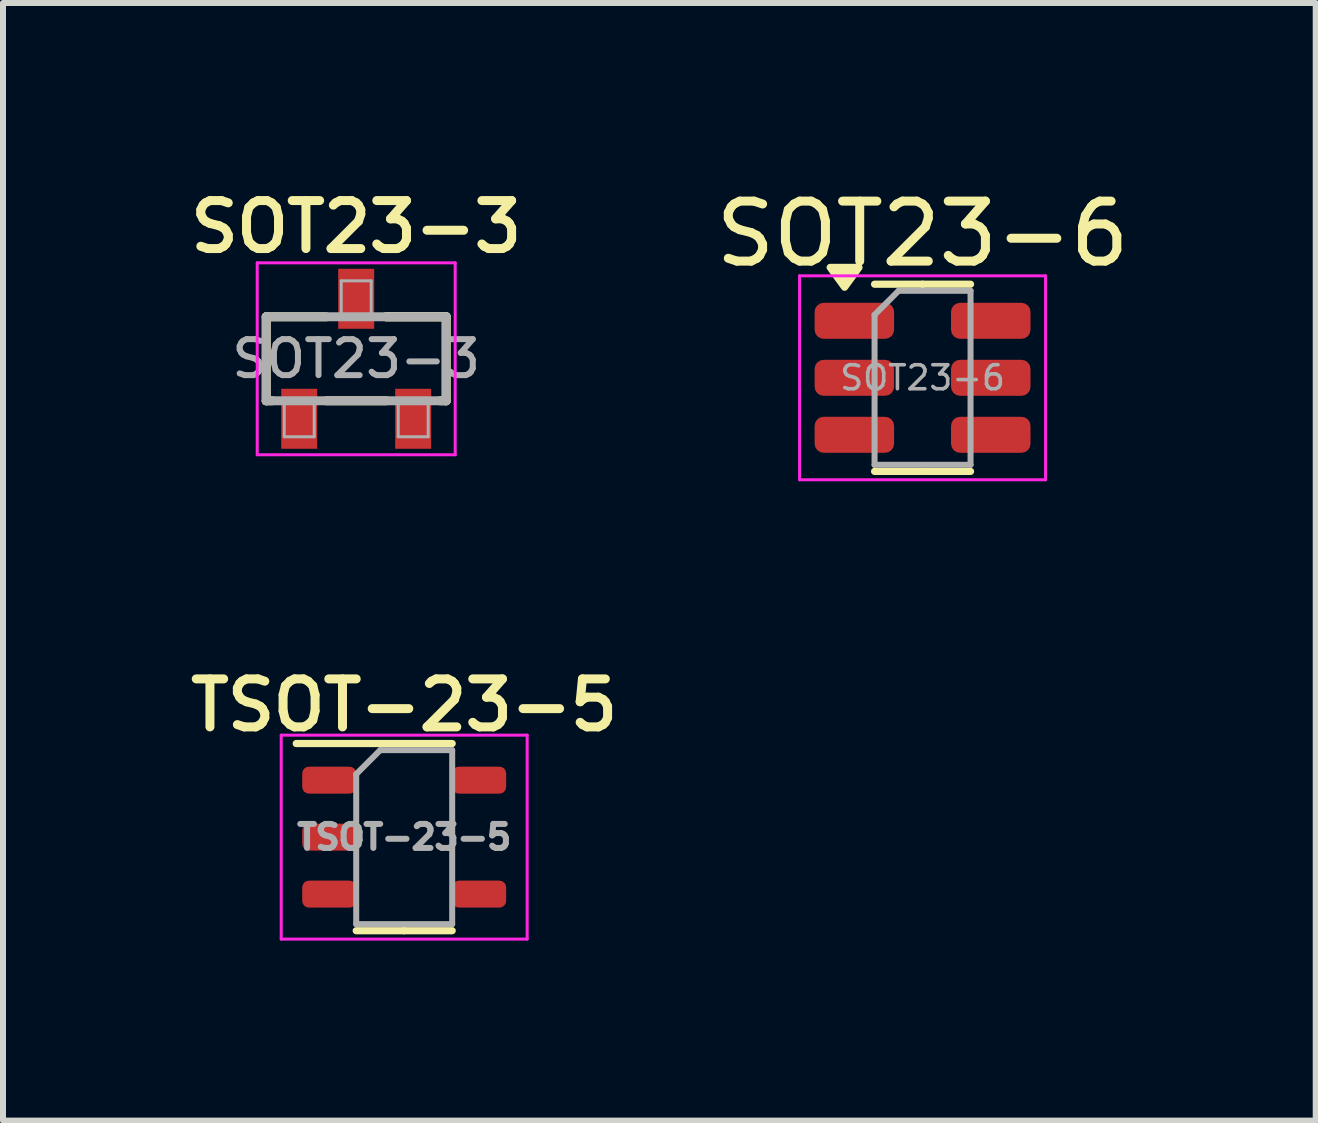
<source format=kicad_pcb>
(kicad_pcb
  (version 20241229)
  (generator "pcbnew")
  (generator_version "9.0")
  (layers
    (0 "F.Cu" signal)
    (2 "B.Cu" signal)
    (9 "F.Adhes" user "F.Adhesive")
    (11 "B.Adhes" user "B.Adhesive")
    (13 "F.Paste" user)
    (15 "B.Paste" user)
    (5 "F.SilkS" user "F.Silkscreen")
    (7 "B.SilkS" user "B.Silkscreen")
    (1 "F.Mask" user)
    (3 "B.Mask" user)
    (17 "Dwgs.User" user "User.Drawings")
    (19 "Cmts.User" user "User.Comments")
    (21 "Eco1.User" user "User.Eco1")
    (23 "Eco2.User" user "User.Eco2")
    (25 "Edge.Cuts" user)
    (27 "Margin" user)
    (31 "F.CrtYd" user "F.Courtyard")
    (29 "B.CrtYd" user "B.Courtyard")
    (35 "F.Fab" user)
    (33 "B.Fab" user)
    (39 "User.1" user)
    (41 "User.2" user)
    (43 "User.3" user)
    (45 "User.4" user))
  (footprint "TSOT-23-5"
    (layer "F.Cu")
    (at 3.688 10.905)
    (property "Reference" "TSOT-23-5" (at 0 -2.2 0) (layer "F.SilkS") (effects (font (size 0.8 0.8) (thickness 0.15) (bold yes))))
    (attr smd)
    (fp_line (start 0 -1.56) (end -1.8 -1.56) (stroke (width 0.12) (type solid)) (layer "F.SilkS"))
    (fp_line (start 0 -1.56) (end 0.8 -1.56) (stroke (width 0.12) (type solid)) (layer "F.SilkS"))
    (fp_line (start 0 1.56) (end -0.8 1.56) (stroke (width 0.12) (type solid)) (layer "F.SilkS"))
    (fp_line (start 0 1.56) (end 0.8 1.56) (stroke (width 0.12) (type solid)) (layer "F.SilkS"))
    (fp_line (start -2.05 -1.7) (end -2.05 1.7) (stroke (width 0.05) (type solid)) (layer "F.CrtYd"))
    (fp_line (start -2.05 1.7) (end 2.05 1.7) (stroke (width 0.05) (type solid)) (layer "F.CrtYd"))
    (fp_line (start 2.05 -1.7) (end -2.05 -1.7) (stroke (width 0.05) (type solid)) (layer "F.CrtYd"))
    (fp_line (start 2.05 1.7) (end 2.05 -1.7) (stroke (width 0.05) (type solid)) (layer "F.CrtYd"))
    (fp_line (start -0.8 -1.05) (end -0.4 -1.45) (stroke (width 0.1) (type solid)) (layer "F.Fab"))
    (fp_line (start -0.8 1.45) (end -0.8 -1.05) (stroke (width 0.1) (type solid)) (layer "F.Fab"))
    (fp_line (start -0.4 -1.45) (end 0.8 -1.45) (stroke (width 0.1) (type solid)) (layer "F.Fab"))
    (fp_line (start 0.8 -1.45) (end 0.8 1.45) (stroke (width 0.1) (type solid)) (layer "F.Fab"))
    (fp_line (start 0.8 1.45) (end -0.8 1.45) (stroke (width 0.1) (type solid)) (layer "F.Fab"))
    (fp_text user "${REFERENCE}" (at 0 0 0) (layer "F.Fab") (effects (font (size 0.4 0.4) (thickness 0.1) (bold yes))))
    (pad "1" smd roundrect (at -1.25 -0.95) (size 0.9 0.45) (layers "F.Cu" "F.Mask" "F.Paste") (roundrect_rratio 0.25))
    (pad "2" smd roundrect (at -1.25 0) (size 0.9 0.45) (layers "F.Cu" "F.Mask" "F.Paste") (roundrect_rratio 0.25))
    (pad "3" smd roundrect (at -1.25 0.95) (size 0.9 0.45) (layers "F.Cu" "F.Mask" "F.Paste") (roundrect_rratio 0.25))
    (pad "4" smd roundrect (at 1.25 0.95) (size 0.9 0.45) (layers "F.Cu" "F.Mask" "F.Paste") (roundrect_rratio 0.25))
    (pad "5" smd roundrect (at 1.25 -0.95) (size 0.9 0.45) (layers "F.Cu" "F.Mask" "F.Paste") (roundrect_rratio 0.25)))
  (footprint "SOT23-6"
    (layer "F.Cu")
    (at 12.329 3.248)
    (property "Reference" "SOT23-6" (at 0 -2.4 0) (layer "F.SilkS") (effects (font (size 1 1) (thickness 0.15))))
    (attr smd)
    (fp_line (start 0 -1.56) (end -0.8 -1.56) (stroke (width 0.12) (type solid)) (layer "F.SilkS"))
    (fp_line (start 0 -1.56) (end 0.8 -1.56) (stroke (width 0.12) (type solid)) (layer "F.SilkS"))
    (fp_line (start 0 1.56) (end -0.8 1.56) (stroke (width 0.12) (type solid)) (layer "F.SilkS"))
    (fp_line (start 0 1.56) (end 0.8 1.56) (stroke (width 0.12) (type solid)) (layer "F.SilkS"))
    (fp_poly (pts (xy -1.3 -1.51) (xy -1.54 -1.84) (xy -1.06 -1.84) (xy -1.3 -1.51)) (stroke (width 0.12) (type solid)) (fill yes) (layer "F.SilkS"))
    (fp_line (start -2.05 -1.7) (end -2.05 1.7) (stroke (width 0.05) (type solid)) (layer "F.CrtYd"))
    (fp_line (start -2.05 1.7) (end 2.05 1.7) (stroke (width 0.05) (type solid)) (layer "F.CrtYd"))
    (fp_line (start 2.05 -1.7) (end -2.05 -1.7) (stroke (width 0.05) (type solid)) (layer "F.CrtYd"))
    (fp_line (start 2.05 1.7) (end 2.05 -1.7) (stroke (width 0.05) (type solid)) (layer "F.CrtYd"))
    (fp_line (start -0.8 -1.05) (end -0.4 -1.45) (stroke (width 0.1) (type solid)) (layer "F.Fab"))
    (fp_line (start -0.8 1.45) (end -0.8 -1.05) (stroke (width 0.1) (type solid)) (layer "F.Fab"))
    (fp_line (start -0.4 -1.45) (end 0.8 -1.45) (stroke (width 0.1) (type solid)) (layer "F.Fab"))
    (fp_line (start 0.8 -1.45) (end 0.8 1.45) (stroke (width 0.1) (type solid)) (layer "F.Fab"))
    (fp_line (start 0.8 1.45) (end -0.8 1.45) (stroke (width 0.1) (type solid)) (layer "F.Fab"))
    (fp_text user "${REFERENCE}" (at 0 0 0) (layer "F.Fab") (effects (font (size 0.4 0.4) (thickness 0.06))))
    (pad "1" smd roundrect (at -1.137 -0.95) (size 1.325 0.6) (layers "F.Cu" "F.Mask" "F.Paste") (roundrect_rratio 0.25))
    (pad "2" smd roundrect (at -1.137 0) (size 1.325 0.6) (layers "F.Cu" "F.Mask" "F.Paste") (roundrect_rratio 0.25))
    (pad "3" smd roundrect (at -1.137 0.95) (size 1.325 0.6) (layers "F.Cu" "F.Mask" "F.Paste") (roundrect_rratio 0.25))
    (pad "4" smd roundrect (at 1.137 0.95) (size 1.325 0.6) (layers "F.Cu" "F.Mask" "F.Paste") (roundrect_rratio 0.25))
    (pad "5" smd roundrect (at 1.137 0) (size 1.325 0.6) (layers "F.Cu" "F.Mask" "F.Paste") (roundrect_rratio 0.25))
    (pad "6" smd roundrect (at 1.137 -0.95) (size 1.325 0.6) (layers "F.Cu" "F.Mask" "F.Paste") (roundrect_rratio 0.25)))
  (footprint "SOT23-3"
    (layer "F.Cu")
    (at 2.888 2.931)
    (property "Reference" "SOT23-3" (at 0 -2.2 0) (layer "F.SilkS") (effects (font (size 0.8 0.8) (thickness 0.15))))
    (attr smd)
    (fp_line (start -1.5 -0.7) (end -1.5 0.7) (stroke (width 0.15) (type solid)) (layer "F.SilkS"))
    (fp_line (start -1.5 -0.7) (end -0.5 -0.7) (stroke (width 0.15) (type solid)) (layer "F.SilkS"))
    (fp_line (start -1.5 0.7) (end -1.4 0.7) (stroke (width 0.15) (type solid)) (layer "F.SilkS"))
    (fp_line (start -0.5 0.7) (end 0.5 0.7) (stroke (width 0.15) (type solid)) (layer "F.SilkS"))
    (fp_line (start 0.5 -0.7) (end 1.5 -0.7) (stroke (width 0.15) (type solid)) (layer "F.SilkS"))
    (fp_line (start 0.5 -0.7) (end 1.5 -0.7) (stroke (width 0.15) (type solid)) (layer "F.SilkS"))
    (fp_line (start 1.5 -0.7) (end 1.5 0.7) (stroke (width 0.15) (type solid)) (layer "F.SilkS"))
    (fp_line (start 1.5 0.7) (end 1.4 0.7) (stroke (width 0.15) (type solid)) (layer "F.SilkS"))
    (fp_line (start -1.65 -1.6) (end 1.65 -1.6) (stroke (width 0.05) (type solid)) (layer "F.CrtYd"))
    (fp_line (start -1.65 1.6) (end -1.65 -1.6) (stroke (width 0.05) (type solid)) (layer "F.CrtYd"))
    (fp_line (start 1.65 -1.6) (end 1.65 1.6) (stroke (width 0.05) (type solid)) (layer "F.CrtYd"))
    (fp_line (start 1.65 1.6) (end -1.65 1.6) (stroke (width 0.05) (type solid)) (layer "F.CrtYd"))
    (fp_line (start -1.5 -0.7) (end 1.5 -0.7) (stroke (width 0.15) (type solid)) (layer "F.Fab"))
    (fp_line (start -1.5 0.7) (end -1.5 -0.7) (stroke (width 0.15) (type solid)) (layer "F.Fab"))
    (fp_line (start -1.2 0.7) (end -1.2 1.3) (stroke (width 0.05) (type solid)) (layer "F.Fab"))
    (fp_line (start -1.2 1.3) (end -0.7 1.3) (stroke (width 0.05) (type solid)) (layer "F.Fab"))
    (fp_line (start -0.7 1.3) (end -0.7 0.7) (stroke (width 0.05) (type solid)) (layer "F.Fab"))
    (fp_line (start -0.25 -1.3) (end -0.25 -0.7) (stroke (width 0.05) (type solid)) (layer "F.Fab"))
    (fp_line (start -0.25 -1.3) (end 0.25 -1.3) (stroke (width 0.05) (type solid)) (layer "F.Fab"))
    (fp_line (start 0.25 -0.7) (end 0.25 -1.3) (stroke (width 0.05) (type solid)) (layer "F.Fab"))
    (fp_line (start 0.7 0.7) (end 0.7 1.3) (stroke (width 0.05) (type solid)) (layer "F.Fab"))
    (fp_line (start 0.7 1.3) (end 1.2 1.3) (stroke (width 0.05) (type solid)) (layer "F.Fab"))
    (fp_line (start 1.2 1.3) (end 1.2 0.7) (stroke (width 0.05) (type solid)) (layer "F.Fab"))
    (fp_line (start 1.5 -0.7) (end 1.5 0.7) (stroke (width 0.15) (type solid)) (layer "F.Fab"))
    (fp_line (start 1.5 0.7) (end -1.5 0.7) (stroke (width 0.15) (type solid)) (layer "F.Fab"))
    (fp_text user "${REFERENCE}" (at 0 0 0) (layer "F.Fab") (effects (font (size 0.6 0.6) (thickness 0.1))))
    (pad "1" smd rect (at -0.95 1) (size 0.6 1) (layers "F.Cu" "F.Mask" "F.Paste"))
    (pad "2" smd rect (at 0.95 1) (size 0.6 1) (layers "F.Cu" "F.Mask" "F.Paste"))
    (pad "3" smd rect (at 0 -1) (size 0.6 1) (layers "F.Cu" "F.Mask" "F.Paste")))
  (gr_rect
    (start -3 -3)
    (end 18.883 15.63)
    (stroke (width 0.1) (type default))
    (fill no)
    (layer "Edge.Cuts")))
</source>
